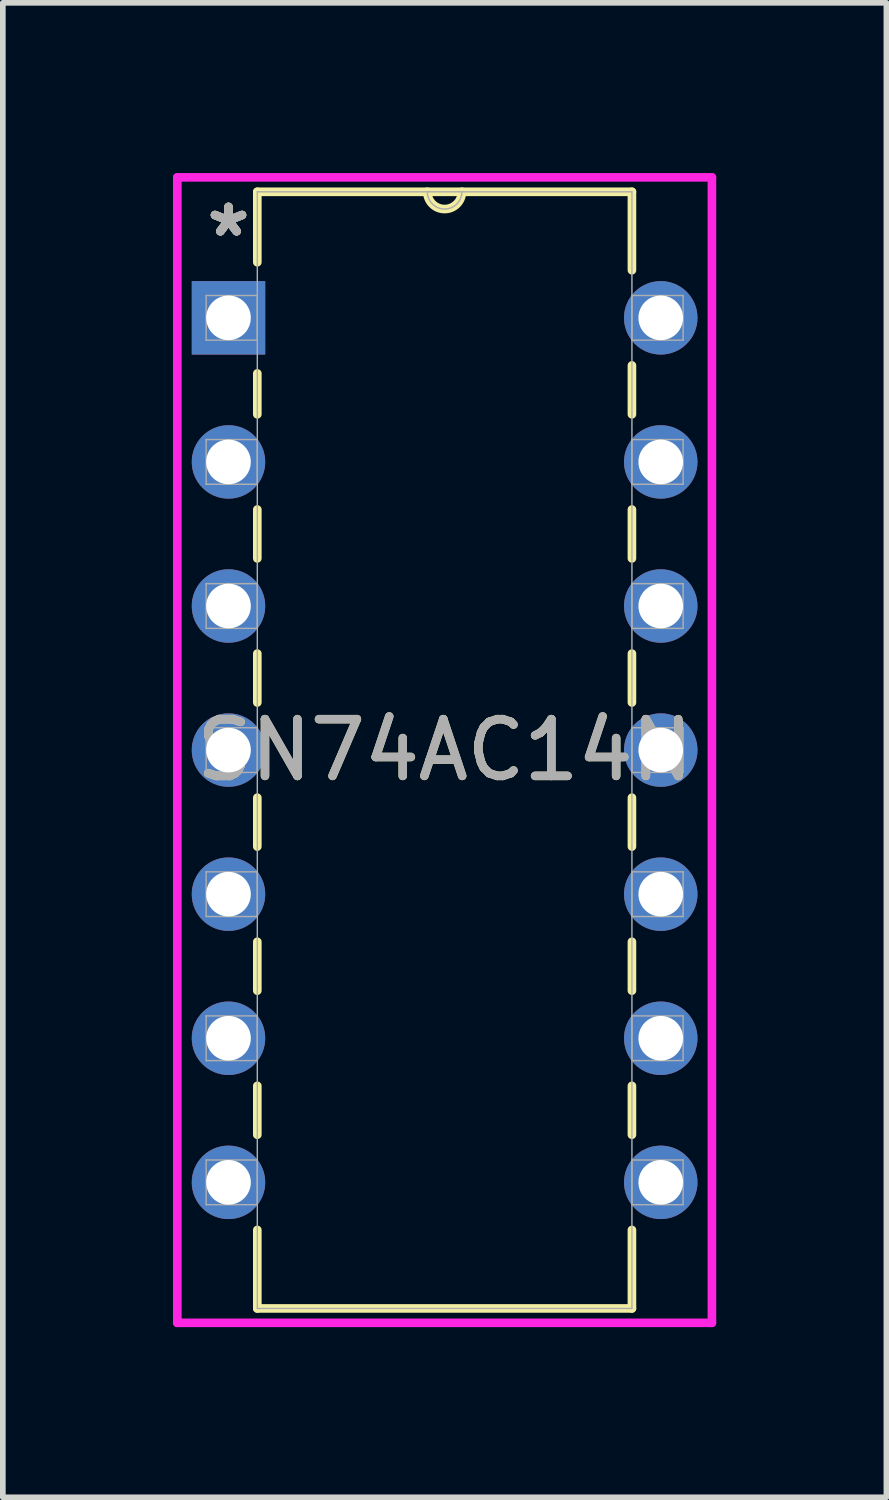
<source format=kicad_pcb>
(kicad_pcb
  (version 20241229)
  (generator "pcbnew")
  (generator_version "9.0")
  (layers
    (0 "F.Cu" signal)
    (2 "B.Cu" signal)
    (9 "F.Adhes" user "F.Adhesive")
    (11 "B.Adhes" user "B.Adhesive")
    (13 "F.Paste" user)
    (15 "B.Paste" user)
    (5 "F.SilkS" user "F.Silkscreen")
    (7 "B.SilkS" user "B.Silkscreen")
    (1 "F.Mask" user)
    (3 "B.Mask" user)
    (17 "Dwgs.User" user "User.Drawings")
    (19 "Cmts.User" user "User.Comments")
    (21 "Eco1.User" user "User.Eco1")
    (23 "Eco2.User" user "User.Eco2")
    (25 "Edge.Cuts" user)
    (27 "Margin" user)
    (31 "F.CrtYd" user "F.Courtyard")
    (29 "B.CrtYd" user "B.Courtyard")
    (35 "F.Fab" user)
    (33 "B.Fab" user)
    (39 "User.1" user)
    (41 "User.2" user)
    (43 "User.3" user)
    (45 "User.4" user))
  (footprint "SN74AC14N"
    (layer "F.Cu")
    (at 8.598 17.793)
    (property "Reference" "SN74AC14N" (at -3.81 -7.62 0) (unlocked yes) (layer "F.SilkS") (effects (font (size 1 1) (thickness 0.15))))
    (attr through_hole)
    (fp_line (start -7.112 -17.462) (end -7.112 -16.22) (stroke (width 0.152) (type solid)) (layer "F.SilkS"))
    (fp_line (start -7.112 -14.26) (end -7.112 -13.539) (stroke (width 0.152) (type solid)) (layer "F.SilkS"))
    (fp_line (start -7.112 -11.861) (end -7.112 -10.999) (stroke (width 0.152) (type solid)) (layer "F.SilkS"))
    (fp_line (start -7.112 -9.321) (end -7.112 -8.459) (stroke (width 0.152) (type solid)) (layer "F.SilkS"))
    (fp_line (start -7.112 -6.781) (end -7.112 -5.919) (stroke (width 0.152) (type solid)) (layer "F.SilkS"))
    (fp_line (start -7.112 -4.241) (end -7.112 -3.379) (stroke (width 0.152) (type solid)) (layer "F.SilkS"))
    (fp_line (start -7.112 -1.701) (end -7.112 -0.839) (stroke (width 0.152) (type solid)) (layer "F.SilkS"))
    (fp_line (start -7.112 0.839) (end -7.112 2.223) (stroke (width 0.152) (type solid)) (layer "F.SilkS"))
    (fp_line (start -7.112 2.223) (end -0.508 2.223) (stroke (width 0.152) (type solid)) (layer "F.SilkS"))
    (fp_line (start -0.508 -17.462) (end -7.112 -17.462) (stroke (width 0.152) (type solid)) (layer "F.SilkS"))
    (fp_line (start -0.508 -16.079) (end -0.508 -17.462) (stroke (width 0.152) (type solid)) (layer "F.SilkS"))
    (fp_line (start -0.508 -13.539) (end -0.508 -14.401) (stroke (width 0.152) (type solid)) (layer "F.SilkS"))
    (fp_line (start -0.508 -10.999) (end -0.508 -11.861) (stroke (width 0.152) (type solid)) (layer "F.SilkS"))
    (fp_line (start -0.508 -8.459) (end -0.508 -9.321) (stroke (width 0.152) (type solid)) (layer "F.SilkS"))
    (fp_line (start -0.508 -5.919) (end -0.508 -6.781) (stroke (width 0.152) (type solid)) (layer "F.SilkS"))
    (fp_line (start -0.508 -3.379) (end -0.508 -4.241) (stroke (width 0.152) (type solid)) (layer "F.SilkS"))
    (fp_line (start -0.508 -0.839) (end -0.508 -1.701) (stroke (width 0.152) (type solid)) (layer "F.SilkS"))
    (fp_line (start -0.508 2.223) (end -0.508 0.839) (stroke (width 0.152) (type solid)) (layer "F.SilkS"))
    (fp_arc (start -3.5052 -17.4625) (mid -3.81 -17.1577) (end -4.1148 -17.4625) (stroke (width 0.1524) (type solid)) (layer "F.SilkS"))
    (fp_line (start -8.522 -17.716) (end -8.522 2.477) (stroke (width 0.152) (type solid)) (layer "F.CrtYd"))
    (fp_line (start -8.522 2.477) (end 0.902 2.477) (stroke (width 0.152) (type solid)) (layer "F.CrtYd"))
    (fp_line (start 0.902 -17.716) (end -8.522 -17.716) (stroke (width 0.152) (type solid)) (layer "F.CrtYd"))
    (fp_line (start 0.902 2.477) (end 0.902 -17.716) (stroke (width 0.152) (type solid)) (layer "F.CrtYd"))
    (fp_line (start -8.014 -15.634) (end -8.014 -14.846) (stroke (width 0.025) (type solid)) (layer "F.Fab"))
    (fp_line (start -8.014 -14.846) (end -7.112 -14.846) (stroke (width 0.025) (type solid)) (layer "F.Fab"))
    (fp_line (start -8.014 -13.094) (end -8.014 -12.306) (stroke (width 0.025) (type solid)) (layer "F.Fab"))
    (fp_line (start -8.014 -12.306) (end -7.112 -12.306) (stroke (width 0.025) (type solid)) (layer "F.Fab"))
    (fp_line (start -8.014 -10.554) (end -8.014 -9.766) (stroke (width 0.025) (type solid)) (layer "F.Fab"))
    (fp_line (start -8.014 -9.766) (end -7.112 -9.766) (stroke (width 0.025) (type solid)) (layer "F.Fab"))
    (fp_line (start -8.014 -8.014) (end -8.014 -7.226) (stroke (width 0.025) (type solid)) (layer "F.Fab"))
    (fp_line (start -8.014 -7.226) (end -7.112 -7.226) (stroke (width 0.025) (type solid)) (layer "F.Fab"))
    (fp_line (start -8.014 -5.474) (end -8.014 -4.686) (stroke (width 0.025) (type solid)) (layer "F.Fab"))
    (fp_line (start -8.014 -4.686) (end -7.112 -4.686) (stroke (width 0.025) (type solid)) (layer "F.Fab"))
    (fp_line (start -8.014 -2.934) (end -8.014 -2.146) (stroke (width 0.025) (type solid)) (layer "F.Fab"))
    (fp_line (start -8.014 -2.146) (end -7.112 -2.146) (stroke (width 0.025) (type solid)) (layer "F.Fab"))
    (fp_line (start -8.014 -0.394) (end -8.014 0.394) (stroke (width 0.025) (type solid)) (layer "F.Fab"))
    (fp_line (start -8.014 0.394) (end -7.112 0.394) (stroke (width 0.025) (type solid)) (layer "F.Fab"))
    (fp_line (start -7.112 -17.462) (end -7.112 2.223) (stroke (width 0.025) (type solid)) (layer "F.Fab"))
    (fp_line (start -7.112 -15.634) (end -8.014 -15.634) (stroke (width 0.025) (type solid)) (layer "F.Fab"))
    (fp_line (start -7.112 -14.846) (end -7.112 -15.634) (stroke (width 0.025) (type solid)) (layer "F.Fab"))
    (fp_line (start -7.112 -13.094) (end -8.014 -13.094) (stroke (width 0.025) (type solid)) (layer "F.Fab"))
    (fp_line (start -7.112 -12.306) (end -7.112 -13.094) (stroke (width 0.025) (type solid)) (layer "F.Fab"))
    (fp_line (start -7.112 -10.554) (end -8.014 -10.554) (stroke (width 0.025) (type solid)) (layer "F.Fab"))
    (fp_line (start -7.112 -9.766) (end -7.112 -10.554) (stroke (width 0.025) (type solid)) (layer "F.Fab"))
    (fp_line (start -7.112 -8.014) (end -8.014 -8.014) (stroke (width 0.025) (type solid)) (layer "F.Fab"))
    (fp_line (start -7.112 -7.226) (end -7.112 -8.014) (stroke (width 0.025) (type solid)) (layer "F.Fab"))
    (fp_line (start -7.112 -5.474) (end -8.014 -5.474) (stroke (width 0.025) (type solid)) (layer "F.Fab"))
    (fp_line (start -7.112 -4.686) (end -7.112 -5.474) (stroke (width 0.025) (type solid)) (layer "F.Fab"))
    (fp_line (start -7.112 -2.934) (end -8.014 -2.934) (stroke (width 0.025) (type solid)) (layer "F.Fab"))
    (fp_line (start -7.112 -2.146) (end -7.112 -2.934) (stroke (width 0.025) (type solid)) (layer "F.Fab"))
    (fp_line (start -7.112 -0.394) (end -8.014 -0.394) (stroke (width 0.025) (type solid)) (layer "F.Fab"))
    (fp_line (start -7.112 0.394) (end -7.112 -0.394) (stroke (width 0.025) (type solid)) (layer "F.Fab"))
    (fp_line (start -7.112 2.223) (end -0.508 2.223) (stroke (width 0.025) (type solid)) (layer "F.Fab"))
    (fp_line (start -0.508 -17.462) (end -7.112 -17.462) (stroke (width 0.025) (type solid)) (layer "F.Fab"))
    (fp_line (start -0.508 -15.634) (end -0.508 -14.846) (stroke (width 0.025) (type solid)) (layer "F.Fab"))
    (fp_line (start -0.508 -14.846) (end 0.394 -14.846) (stroke (width 0.025) (type solid)) (layer "F.Fab"))
    (fp_line (start -0.508 -13.094) (end -0.508 -12.306) (stroke (width 0.025) (type solid)) (layer "F.Fab"))
    (fp_line (start -0.508 -12.306) (end 0.394 -12.306) (stroke (width 0.025) (type solid)) (layer "F.Fab"))
    (fp_line (start -0.508 -10.554) (end -0.508 -9.766) (stroke (width 0.025) (type solid)) (layer "F.Fab"))
    (fp_line (start -0.508 -9.766) (end 0.394 -9.766) (stroke (width 0.025) (type solid)) (layer "F.Fab"))
    (fp_line (start -0.508 -8.014) (end -0.508 -7.226) (stroke (width 0.025) (type solid)) (layer "F.Fab"))
    (fp_line (start -0.508 -7.226) (end 0.394 -7.226) (stroke (width 0.025) (type solid)) (layer "F.Fab"))
    (fp_line (start -0.508 -5.474) (end -0.508 -4.686) (stroke (width 0.025) (type solid)) (layer "F.Fab"))
    (fp_line (start -0.508 -4.686) (end 0.394 -4.686) (stroke (width 0.025) (type solid)) (layer "F.Fab"))
    (fp_line (start -0.508 -2.934) (end -0.508 -2.146) (stroke (width 0.025) (type solid)) (layer "F.Fab"))
    (fp_line (start -0.508 -2.146) (end 0.394 -2.146) (stroke (width 0.025) (type solid)) (layer "F.Fab"))
    (fp_line (start -0.508 -0.394) (end -0.508 0.394) (stroke (width 0.025) (type solid)) (layer "F.Fab"))
    (fp_line (start -0.508 0.394) (end 0.394 0.394) (stroke (width 0.025) (type solid)) (layer "F.Fab"))
    (fp_line (start -0.508 2.223) (end -0.508 -17.462) (stroke (width 0.025) (type solid)) (layer "F.Fab"))
    (fp_line (start 0.394 -15.634) (end -0.508 -15.634) (stroke (width 0.025) (type solid)) (layer "F.Fab"))
    (fp_line (start 0.394 -14.846) (end 0.394 -15.634) (stroke (width 0.025) (type solid)) (layer "F.Fab"))
    (fp_line (start 0.394 -13.094) (end -0.508 -13.094) (stroke (width 0.025) (type solid)) (layer "F.Fab"))
    (fp_line (start 0.394 -12.306) (end 0.394 -13.094) (stroke (width 0.025) (type solid)) (layer "F.Fab"))
    (fp_line (start 0.394 -10.554) (end -0.508 -10.554) (stroke (width 0.025) (type solid)) (layer "F.Fab"))
    (fp_line (start 0.394 -9.766) (end 0.394 -10.554) (stroke (width 0.025) (type solid)) (layer "F.Fab"))
    (fp_line (start 0.394 -8.014) (end -0.508 -8.014) (stroke (width 0.025) (type solid)) (layer "F.Fab"))
    (fp_line (start 0.394 -7.226) (end 0.394 -8.014) (stroke (width 0.025) (type solid)) (layer "F.Fab"))
    (fp_line (start 0.394 -5.474) (end -0.508 -5.474) (stroke (width 0.025) (type solid)) (layer "F.Fab"))
    (fp_line (start 0.394 -4.686) (end 0.394 -5.474) (stroke (width 0.025) (type solid)) (layer "F.Fab"))
    (fp_line (start 0.394 -2.934) (end -0.508 -2.934) (stroke (width 0.025) (type solid)) (layer "F.Fab"))
    (fp_line (start 0.394 -2.146) (end 0.394 -2.934) (stroke (width 0.025) (type solid)) (layer "F.Fab"))
    (fp_line (start 0.394 -0.394) (end -0.508 -0.394) (stroke (width 0.025) (type solid)) (layer "F.Fab"))
    (fp_line (start 0.394 0.394) (end 0.394 -0.394) (stroke (width 0.025) (type solid)) (layer "F.Fab"))
    (fp_arc (start -3.5052 -17.4625) (mid -3.81 -17.1577) (end -4.1148 -17.4625) (stroke (width 0.0254) (type solid)) (layer "F.Fab"))
    (fp_text user "*" (at -7.62 -16.65 0) (layer "F.SilkS") (effects (font (size 1 1) (thickness 0.15))))
    (fp_text user "*" (at -7.62 -16.65 0) (unlocked yes) (layer "F.SilkS") (effects (font (size 1 1) (thickness 0.15))))
    (fp_text user "*" (at -7.62 -16.65 0) (layer "F.Fab") (effects (font (size 1 1) (thickness 0.15))))
    (fp_text user "${REFERENCE}" (at -3.81 -7.62 0) (unlocked yes) (layer "F.Fab") (effects (font (size 1 1) (thickness 0.15))))
    (fp_text user "*" (at -7.62 -16.65 0) (unlocked yes) (layer "F.Fab") (effects (font (size 1 1) (thickness 0.15))))
    (pad "1" thru_hole rect (at -7.62 -15.24) (size 1.295 1.295) (drill 0.787) (layers "*.Cu" "*.Mask"))
    (pad "2" thru_hole circle (at -7.62 -12.7) (size 1.295 1.295) (drill 0.787) (layers "*.Cu" "*.Mask"))
    (pad "3" thru_hole circle (at -7.62 -10.16) (size 1.295 1.295) (drill 0.787) (layers "*.Cu" "*.Mask"))
    (pad "4" thru_hole circle (at -7.62 -7.62) (size 1.295 1.295) (drill 0.787) (layers "*.Cu" "*.Mask"))
    (pad "5" thru_hole circle (at -7.62 -5.08) (size 1.295 1.295) (drill 0.787) (layers "*.Cu" "*.Mask"))
    (pad "6" thru_hole circle (at -7.62 -2.54) (size 1.295 1.295) (drill 0.787) (layers "*.Cu" "*.Mask"))
    (pad "7" thru_hole circle (at -7.62 0) (size 1.295 1.295) (drill 0.787) (layers "*.Cu" "*.Mask"))
    (pad "8" thru_hole circle (at 0 0) (size 1.295 1.295) (drill 0.787) (layers "*.Cu" "*.Mask"))
    (pad "9" thru_hole circle (at 0 -2.54) (size 1.295 1.295) (drill 0.787) (layers "*.Cu" "*.Mask"))
    (pad "10" thru_hole circle (at 0 -5.08) (size 1.295 1.295) (drill 0.787) (layers "*.Cu" "*.Mask"))
    (pad "11" thru_hole circle (at 0 -7.62) (size 1.295 1.295) (drill 0.787) (layers "*.Cu" "*.Mask"))
    (pad "12" thru_hole circle (at 0 -10.16) (size 1.295 1.295) (drill 0.787) (layers "*.Cu" "*.Mask"))
    (pad "13" thru_hole circle (at 0 -12.7) (size 1.295 1.295) (drill 0.787) (layers "*.Cu" "*.Mask"))
    (pad "14" thru_hole circle (at 0 -15.24) (size 1.295 1.295) (drill 0.787) (layers "*.Cu" "*.Mask")))
  (gr_rect
    (start -3 -3)
    (end 12.576 23.345)
    (stroke (width 0.1) (type default))
    (fill no)
    (layer "Edge.Cuts")))
</source>
